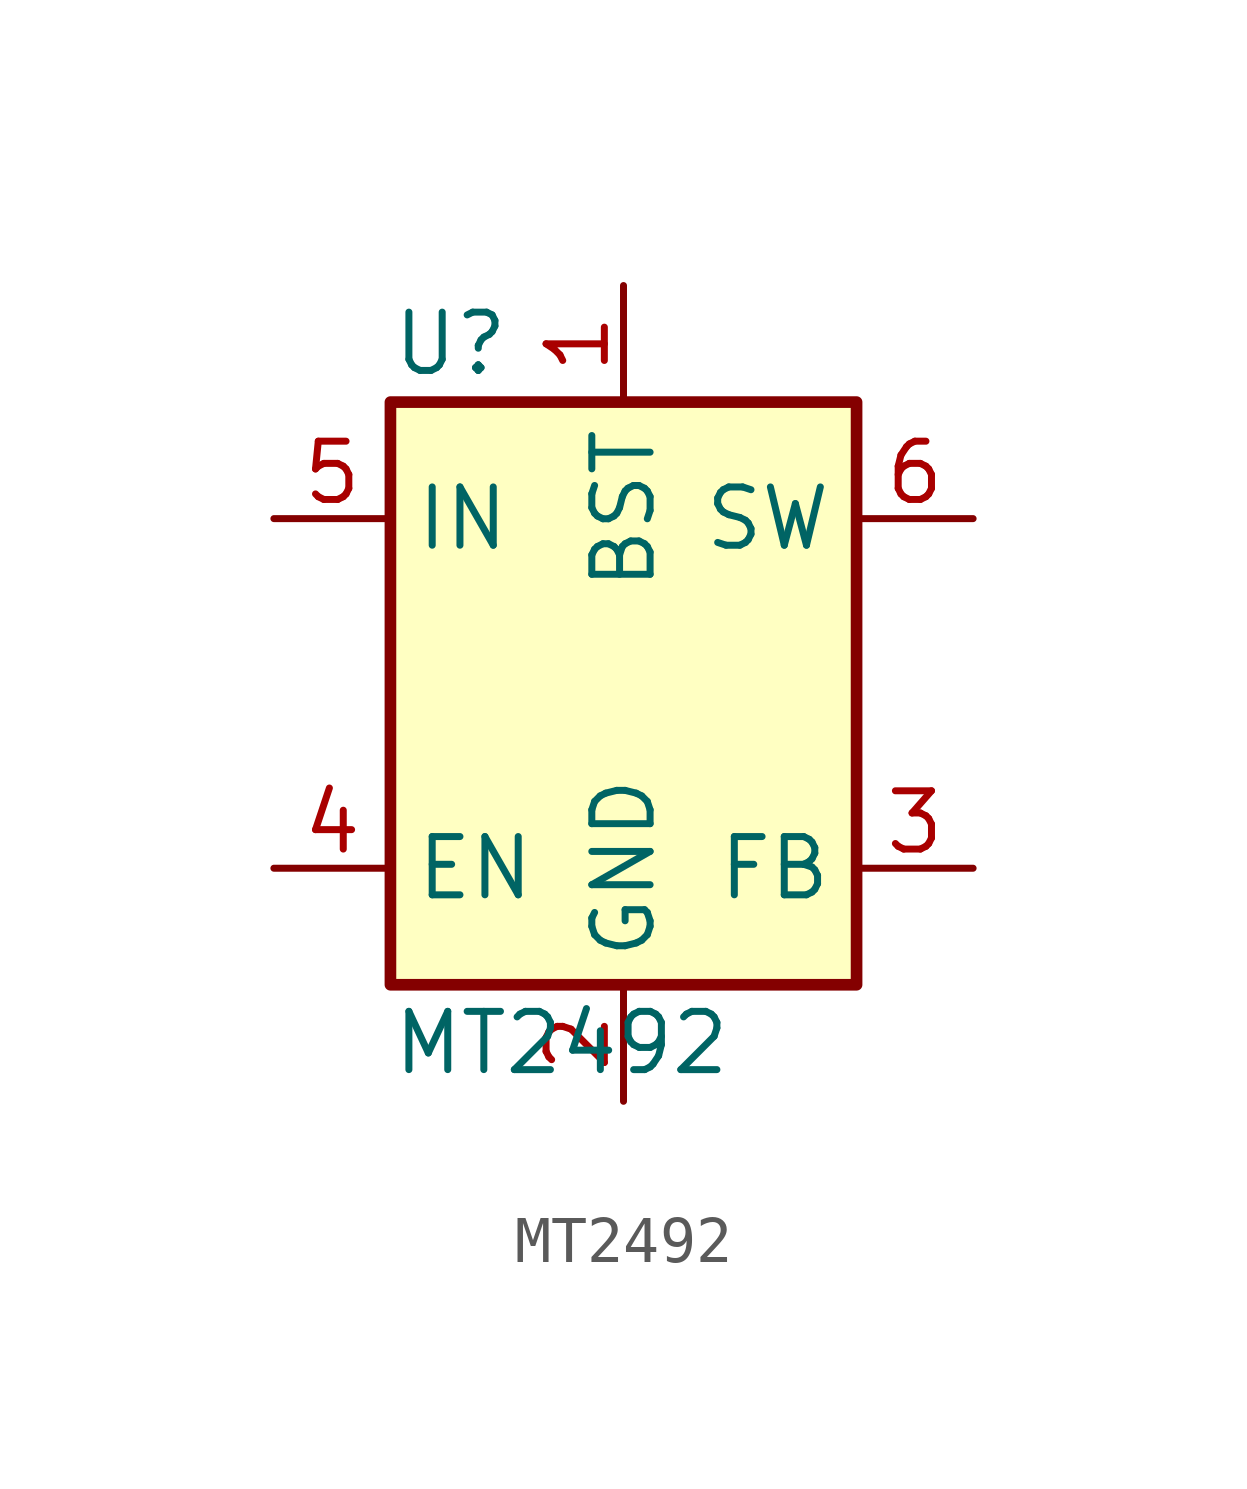
<source format=kicad_sym>
(kicad_symbol_lib
  (version 20231120)
  (generator "kicad_symbol_editor")
  (generator_version "8.0")
  (symbol "MT2492"
    (property "Reference" "U"
      (at 0 1.27 0)
      (effects (font (size 1.27 1.27)) (justify left)))
    (property "Value" "MT2492"
      (at 0 -13.97 0)
      (effects (font (size 1.27 1.27)) (justify left)))
    (symbol "MT2492_0_1"
      (rectangle (start 0 0) (end 10.16 -12.7) (stroke (width 0.254) (type default)) (fill (type background))))
    (symbol "MT2492_1_1"
      (pin passive line (at 5.08 2.54 270) (length 2.54) (name "BST" (effects (font (size 1.27 1.27)))) (number "1" (effects (font (size 1.27 1.27)))))
      (pin power_in line (at 5.08 -15.24 90) (length 2.54) (name "GND" (effects (font (size 1.27 1.27)))) (number "2" (effects (font (size 1.27 1.27)))))
      (pin input line (at 12.7 -10.16 180) (length 2.54) (name "FB" (effects (font (size 1.27 1.27)))) (number "3" (effects (font (size 1.27 1.27)))))
      (pin input line (at -2.54 -10.16 0) (length 2.54) (name "EN" (effects (font (size 1.27 1.27)))) (number "4" (effects (font (size 1.27 1.27)))))
      (pin power_in line (at -2.54 -2.54 0) (length 2.54) (name "IN" (effects (font (size 1.27 1.27)))) (number "5" (effects (font (size 1.27 1.27)))))
      (pin power_out line (at 12.7 -2.54 180) (length 2.54) (name "SW" (effects (font (size 1.27 1.27)))) (number "6" (effects (font (size 1.27 1.27))))))))
</source>
